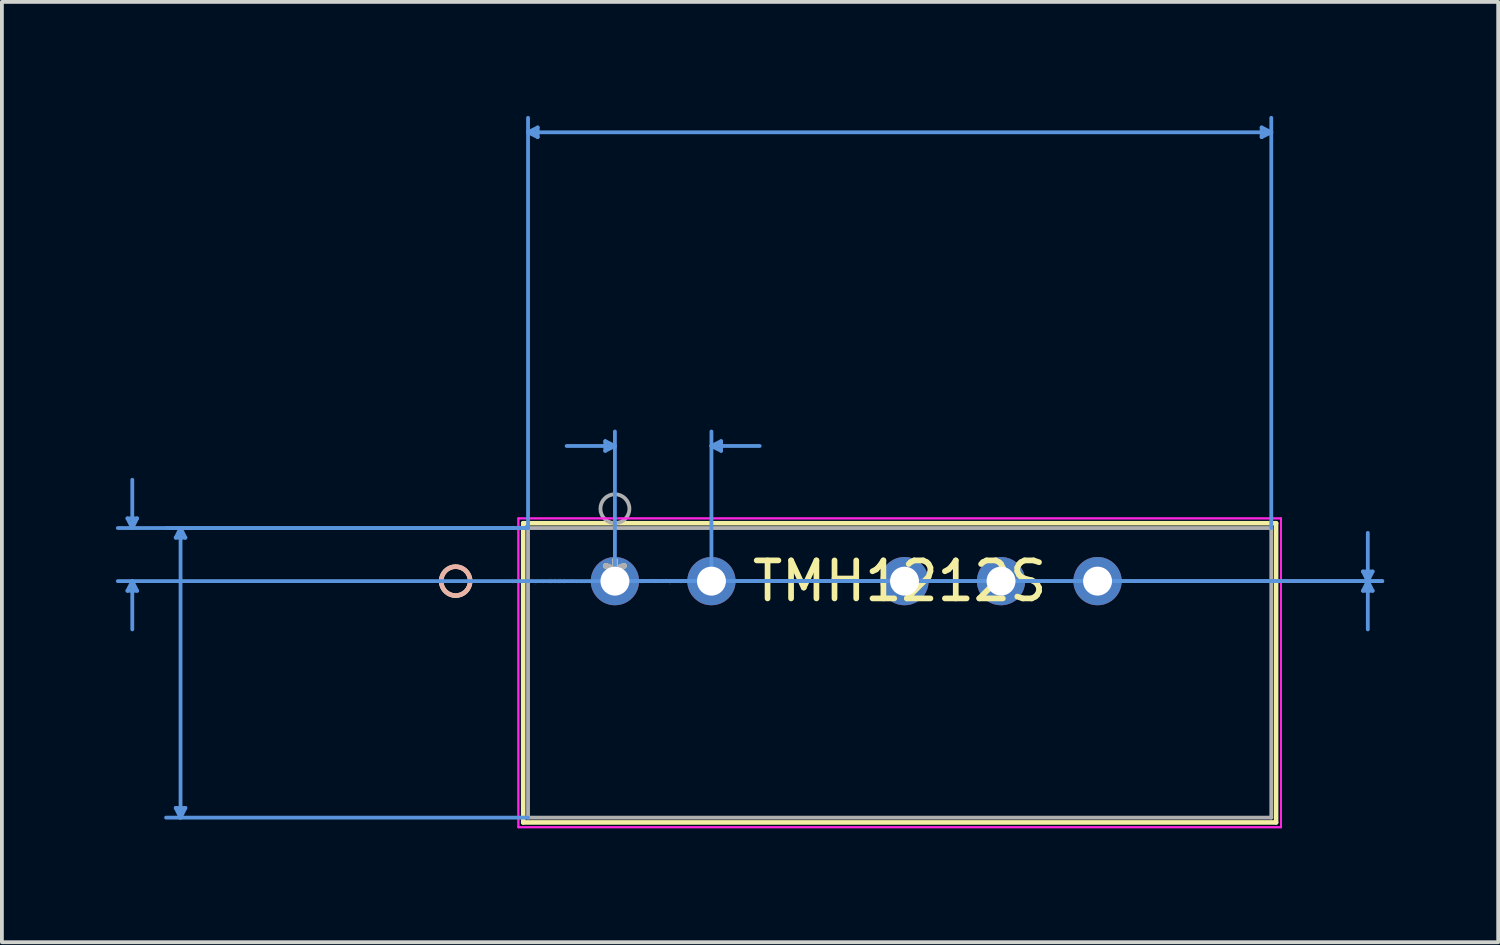
<source format=kicad_pcb>
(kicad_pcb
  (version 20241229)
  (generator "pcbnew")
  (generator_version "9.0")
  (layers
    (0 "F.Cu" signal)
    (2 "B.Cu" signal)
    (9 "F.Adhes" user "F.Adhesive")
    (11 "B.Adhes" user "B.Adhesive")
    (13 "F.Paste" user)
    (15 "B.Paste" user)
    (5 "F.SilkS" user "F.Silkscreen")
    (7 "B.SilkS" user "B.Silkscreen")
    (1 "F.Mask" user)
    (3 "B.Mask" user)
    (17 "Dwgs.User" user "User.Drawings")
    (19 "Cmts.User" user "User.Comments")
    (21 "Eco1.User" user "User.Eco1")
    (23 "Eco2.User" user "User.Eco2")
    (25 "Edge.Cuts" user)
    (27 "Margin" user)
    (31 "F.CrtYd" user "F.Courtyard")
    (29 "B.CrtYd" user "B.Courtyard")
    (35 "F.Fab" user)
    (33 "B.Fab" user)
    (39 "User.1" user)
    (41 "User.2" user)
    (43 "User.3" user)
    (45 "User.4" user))
  (footprint "TMH1212S"
    (layer "F.Cu")
    (at 13.131 12.242)
    (property "Reference" "TMH1212S" (at 7.493 0 0) (layer "F.SilkS") (effects (font (size 1 1) (thickness 0.15))))
    (attr through_hole)
    (fp_line (start -2.413 -1.524) (end -2.413 6.35) (stroke (width 0.12) (type solid)) (layer "F.SilkS"))
    (fp_line (start -2.413 6.35) (end 17.399 6.35) (stroke (width 0.12) (type solid)) (layer "F.SilkS"))
    (fp_line (start 17.399 -1.524) (end -2.413 -1.524) (stroke (width 0.12) (type solid)) (layer "F.SilkS"))
    (fp_line (start 17.399 6.35) (end 17.399 -1.524) (stroke (width 0.12) (type solid)) (layer "F.SilkS"))
    (fp_circle (center -4.191 0) (end -3.81 0) (stroke (width 0.12) (type solid)) (fill no) (layer "F.SilkS"))
    (fp_circle (center -4.191 0) (end -3.81 0) (stroke (width 0.12) (type solid)) (fill no) (layer "B.SilkS"))
    (fp_line (start -12.827 -1.651) (end -12.573 -1.651) (stroke (width 0.1) (type solid)) (layer "Cmts.User"))
    (fp_line (start -12.827 0.254) (end -12.573 0.254) (stroke (width 0.1) (type solid)) (layer "Cmts.User"))
    (fp_line (start -12.7 -1.397) (end -12.827 -1.651) (stroke (width 0.1) (type solid)) (layer "Cmts.User"))
    (fp_line (start -12.7 -1.397) (end -12.7 -2.667) (stroke (width 0.1) (type solid)) (layer "Cmts.User"))
    (fp_line (start -12.7 -1.397) (end -12.573 -1.651) (stroke (width 0.1) (type solid)) (layer "Cmts.User"))
    (fp_line (start -12.7 0) (end -12.827 0.254) (stroke (width 0.1) (type solid)) (layer "Cmts.User"))
    (fp_line (start -12.7 0) (end -12.7 1.27) (stroke (width 0.1) (type solid)) (layer "Cmts.User"))
    (fp_line (start -12.7 0) (end -12.573 0.254) (stroke (width 0.1) (type solid)) (layer "Cmts.User"))
    (fp_line (start -11.557 -1.143) (end -11.303 -1.143) (stroke (width 0.1) (type solid)) (layer "Cmts.User"))
    (fp_line (start -11.557 5.969) (end -11.303 5.969) (stroke (width 0.1) (type solid)) (layer "Cmts.User"))
    (fp_line (start -11.43 -1.397) (end -11.557 -1.143) (stroke (width 0.1) (type solid)) (layer "Cmts.User"))
    (fp_line (start -11.43 -1.397) (end -11.43 6.223) (stroke (width 0.1) (type solid)) (layer "Cmts.User"))
    (fp_line (start -11.43 -1.397) (end -11.303 -1.143) (stroke (width 0.1) (type solid)) (layer "Cmts.User"))
    (fp_line (start -11.43 6.223) (end -11.557 5.969) (stroke (width 0.1) (type solid)) (layer "Cmts.User"))
    (fp_line (start -11.43 6.223) (end -11.303 5.969) (stroke (width 0.1) (type solid)) (layer "Cmts.User"))
    (fp_line (start -2.286 -11.811) (end -2.032 -11.938) (stroke (width 0.1) (type solid)) (layer "Cmts.User"))
    (fp_line (start -2.286 -11.811) (end -2.032 -11.684) (stroke (width 0.1) (type solid)) (layer "Cmts.User"))
    (fp_line (start -2.286 -11.811) (end 17.272 -11.811) (stroke (width 0.1) (type solid)) (layer "Cmts.User"))
    (fp_line (start -2.286 -1.397) (end -13.081 -1.397) (stroke (width 0.1) (type solid)) (layer "Cmts.User"))
    (fp_line (start -2.286 -1.397) (end -11.811 -1.397) (stroke (width 0.1) (type solid)) (layer "Cmts.User"))
    (fp_line (start -2.286 -1.397) (end -2.286 -12.192) (stroke (width 0.1) (type solid)) (layer "Cmts.User"))
    (fp_line (start -2.286 6.223) (end -11.811 6.223) (stroke (width 0.1) (type solid)) (layer "Cmts.User"))
    (fp_line (start -2.032 -11.938) (end -2.032 -11.684) (stroke (width 0.1) (type solid)) (layer "Cmts.User"))
    (fp_line (start -0.254 -3.683) (end -0.254 -3.429) (stroke (width 0.1) (type solid)) (layer "Cmts.User"))
    (fp_line (start 0 -3.556) (end -1.27 -3.556) (stroke (width 0.1) (type solid)) (layer "Cmts.User"))
    (fp_line (start 0 -3.556) (end -0.254 -3.683) (stroke (width 0.1) (type solid)) (layer "Cmts.User"))
    (fp_line (start 0 -3.556) (end -0.254 -3.429) (stroke (width 0.1) (type solid)) (layer "Cmts.User"))
    (fp_line (start 0 0) (end 0 -3.937) (stroke (width 0.1) (type solid)) (layer "Cmts.User"))
    (fp_line (start 0 0) (end 20.193 0) (stroke (width 0.1) (type solid)) (layer "Cmts.User"))
    (fp_line (start 0 0) (end 20.193 0) (stroke (width 0.1) (type solid)) (layer "Cmts.User"))
    (fp_line (start 2.54 -3.556) (end 2.794 -3.683) (stroke (width 0.1) (type solid)) (layer "Cmts.User"))
    (fp_line (start 2.54 -3.556) (end 2.794 -3.429) (stroke (width 0.1) (type solid)) (layer "Cmts.User"))
    (fp_line (start 2.54 -3.556) (end 3.81 -3.556) (stroke (width 0.1) (type solid)) (layer "Cmts.User"))
    (fp_line (start 2.54 0) (end 2.54 -3.937) (stroke (width 0.1) (type solid)) (layer "Cmts.User"))
    (fp_line (start 2.794 -3.683) (end 2.794 -3.429) (stroke (width 0.1) (type solid)) (layer "Cmts.User"))
    (fp_line (start 7.493 0) (end -13.081 0) (stroke (width 0.1) (type solid)) (layer "Cmts.User"))
    (fp_line (start 17.018 -11.938) (end 17.018 -11.684) (stroke (width 0.1) (type solid)) (layer "Cmts.User"))
    (fp_line (start 17.272 -11.811) (end 17.018 -11.938) (stroke (width 0.1) (type solid)) (layer "Cmts.User"))
    (fp_line (start 17.272 -11.811) (end 17.018 -11.684) (stroke (width 0.1) (type solid)) (layer "Cmts.User"))
    (fp_line (start 17.272 -1.397) (end 17.272 -12.192) (stroke (width 0.1) (type solid)) (layer "Cmts.User"))
    (fp_line (start 19.685 -0.254) (end 19.939 -0.254) (stroke (width 0.1) (type solid)) (layer "Cmts.User"))
    (fp_line (start 19.685 0.254) (end 19.939 0.254) (stroke (width 0.1) (type solid)) (layer "Cmts.User"))
    (fp_line (start 19.812 0) (end 19.685 -0.254) (stroke (width 0.1) (type solid)) (layer "Cmts.User"))
    (fp_line (start 19.812 0) (end 19.685 0.254) (stroke (width 0.1) (type solid)) (layer "Cmts.User"))
    (fp_line (start 19.812 0) (end 19.812 -1.27) (stroke (width 0.1) (type solid)) (layer "Cmts.User"))
    (fp_line (start 19.812 0) (end 19.812 1.27) (stroke (width 0.1) (type solid)) (layer "Cmts.User"))
    (fp_line (start 19.812 0) (end 19.939 -0.254) (stroke (width 0.1) (type solid)) (layer "Cmts.User"))
    (fp_line (start 19.812 0) (end 19.939 0.254) (stroke (width 0.1) (type solid)) (layer "Cmts.User"))
    (fp_line (start -2.54 -1.651) (end -2.54 6.477) (stroke (width 0.05) (type solid)) (layer "F.CrtYd"))
    (fp_line (start -2.54 -1.651) (end -2.54 6.477) (stroke (width 0.05) (type solid)) (layer "F.CrtYd"))
    (fp_line (start -2.54 6.477) (end 17.526 6.477) (stroke (width 0.05) (type solid)) (layer "F.CrtYd"))
    (fp_line (start -2.54 6.477) (end 17.526 6.477) (stroke (width 0.05) (type solid)) (layer "F.CrtYd"))
    (fp_line (start 17.526 -1.651) (end -2.54 -1.651) (stroke (width 0.05) (type solid)) (layer "F.CrtYd"))
    (fp_line (start 17.526 -1.651) (end -2.54 -1.651) (stroke (width 0.05) (type solid)) (layer "F.CrtYd"))
    (fp_line (start 17.526 6.477) (end 17.526 -1.651) (stroke (width 0.05) (type solid)) (layer "F.CrtYd"))
    (fp_line (start 17.526 6.477) (end 17.526 -1.651) (stroke (width 0.05) (type solid)) (layer "F.CrtYd"))
    (fp_line (start -2.286 -1.397) (end -2.286 6.223) (stroke (width 0.1) (type solid)) (layer "F.Fab"))
    (fp_line (start -2.286 6.223) (end 17.272 6.223) (stroke (width 0.1) (type solid)) (layer "F.Fab"))
    (fp_line (start 17.272 -1.397) (end -2.286 -1.397) (stroke (width 0.1) (type solid)) (layer "F.Fab"))
    (fp_line (start 17.272 6.223) (end 17.272 -1.397) (stroke (width 0.1) (type solid)) (layer "F.Fab"))
    (fp_circle (center 0 -1.905) (end 0.381 -1.905) (stroke (width 0.1) (type solid)) (fill no) (layer "F.Fab"))
    (fp_text user "*" (at 0 0 0) (layer "F.SilkS") (effects (font (size 1 1) (thickness 0.15))))
    (fp_text user "Copyright 2021 Accelerated Designs. All rights reserved." (at 0 0 0) (layer "Cmts.User") (effects (font (size 0.127 0.127) (thickness 0.002))))
    (fp_text user "*" (at 0 0 0) (layer "F.Fab") (effects (font (size 1 1) (thickness 0.15))))
    (pad "1" thru_hole circle (at 0 0) (size 1.27 1.27) (drill 0.762) (layers "*.Cu" "*.Mask"))
    (pad "2" thru_hole circle (at 2.54 0) (size 1.27 1.27) (drill 0.762) (layers "*.Cu" "*.Mask"))
    (pad "4" thru_hole circle (at 7.62 0) (size 1.27 1.27) (drill 0.762) (layers "*.Cu" "*.Mask"))
    (pad "5" thru_hole circle (at 10.16 0) (size 1.27 1.27) (drill 0.762) (layers "*.Cu" "*.Mask"))
    (pad "6" thru_hole circle (at 12.7 0) (size 1.27 1.27) (drill 0.762) (layers "*.Cu" "*.Mask")))
  (gr_rect
    (start -3 -3)
    (end 36.374 21.744)
    (stroke (width 0.1) (type default))
    (fill no)
    (layer "Edge.Cuts")))
</source>
